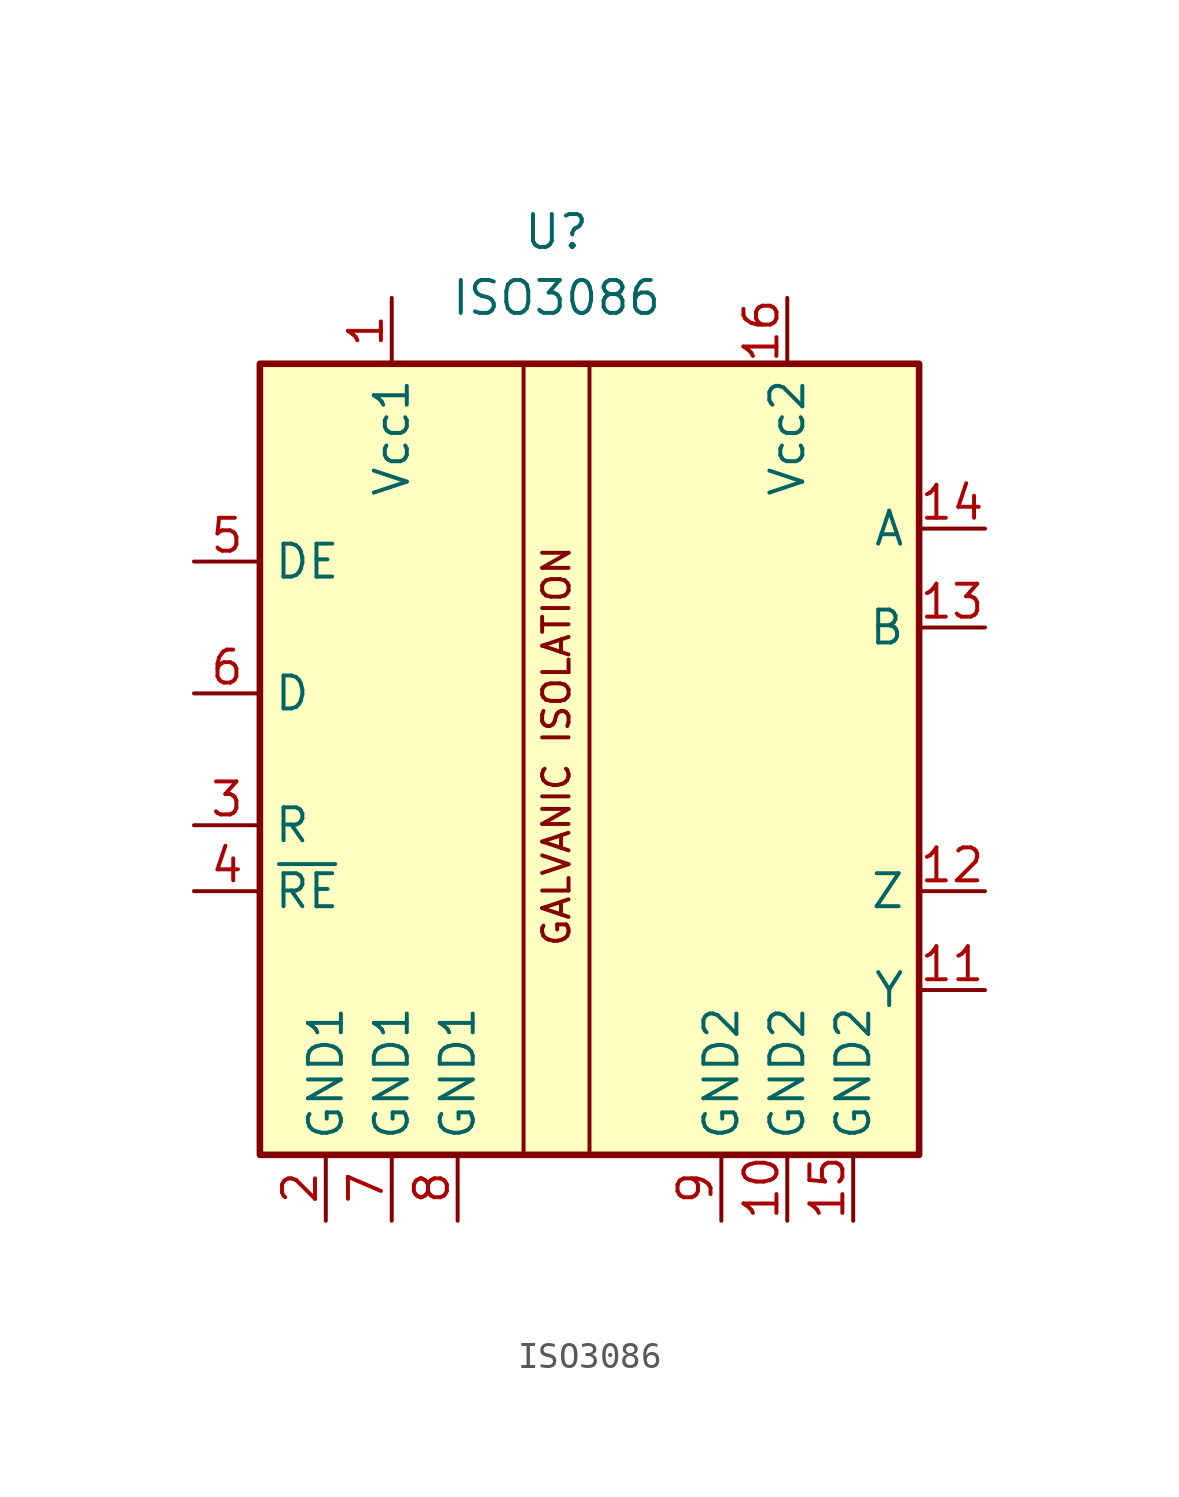
<source format=kicad_sym>
(kicad_symbol_lib
  (version 20211014)
  (generator kicad_symbol_editor)
  (symbol "ISO3086"
    (property "Reference" "U"
      (at 0 20.32 0)
      (effects (font (size 1.27 1.27))))
    (property "Value" "ISO3086"
      (at 0 17.78 0)
      (effects (font (size 1.27 1.27))))
    (symbol "ISO3086_0_0"
      (rectangle (start -11.43 15.24) (end 13.97 -15.24) (stroke (width 0.254) (type default) (color 0 0 0 0)) (fill (type background)))
      (polyline (pts (xy -1.27 15.24) (xy -1.27 -15.24)) (stroke (width 0) (type default) (color 0 0 0 0)) (fill (type none)))
      (polyline (pts (xy 1.27 15.24) (xy 1.27 -15.24)) (stroke (width 0) (type default) (color 0 0 0 0)) (fill (type none)))
      (text "GALVANIC ISOLATION" (at 0 0.508 900) (effects (font (size 1.016 1.016)))))
    (symbol "ISO3086_1_1"
      (pin power_in line (at -6.35 17.78 270) (length 2.54) (name "Vcc1" (effects (font (size 1.27 1.27)))) (number "1" (effects (font (size 1.27 1.27)))))
      (pin power_in line (at 8.89 -17.78 90) (length 2.54) (name "GND2" (effects (font (size 1.27 1.27)))) (number "10" (effects (font (size 1.27 1.27)))))
      (pin bidirectional line (at 16.51 -8.89 180) (length 2.54) (name "Y" (effects (font (size 1.27 1.27)))) (number "11" (effects (font (size 1.27 1.27)))))
      (pin bidirectional line (at 16.51 -5.08 180) (length 2.54) (name "Z" (effects (font (size 1.27 1.27)))) (number "12" (effects (font (size 1.27 1.27)))))
      (pin bidirectional line (at 16.51 5.08 180) (length 2.54) (name "B" (effects (font (size 1.27 1.27)))) (number "13" (effects (font (size 1.27 1.27)))))
      (pin bidirectional line (at 16.51 8.89 180) (length 2.54) (name "A" (effects (font (size 1.27 1.27)))) (number "14" (effects (font (size 1.27 1.27)))))
      (pin power_in line (at 11.43 -17.78 90) (length 2.54) (name "GND2" (effects (font (size 1.27 1.27)))) (number "15" (effects (font (size 1.27 1.27)))))
      (pin power_in line (at 8.89 17.78 270) (length 2.54) (name "Vcc2" (effects (font (size 1.27 1.27)))) (number "16" (effects (font (size 1.27 1.27)))))
      (pin power_in line (at -8.89 -17.78 90) (length 2.54) (name "GND1" (effects (font (size 1.27 1.27)))) (number "2" (effects (font (size 1.27 1.27)))))
      (pin output line (at -13.97 -2.54 0) (length 2.54) (name "R" (effects (font (size 1.27 1.27)))) (number "3" (effects (font (size 1.27 1.27)))))
      (pin input line (at -13.97 -5.08 0) (length 2.54) (name "~{RE}" (effects (font (size 1.27 1.27)))) (number "4" (effects (font (size 1.27 1.27)))))
      (pin input line (at -13.97 7.62 0) (length 2.54) (name "DE" (effects (font (size 1.27 1.27)))) (number "5" (effects (font (size 1.27 1.27)))))
      (pin input line (at -13.97 2.54 0) (length 2.54) (name "D" (effects (font (size 1.27 1.27)))) (number "6" (effects (font (size 1.27 1.27)))))
      (pin power_in line (at -6.35 -17.78 90) (length 2.54) (name "GND1" (effects (font (size 1.27 1.27)))) (number "7" (effects (font (size 1.27 1.27)))))
      (pin power_in line (at -3.81 -17.78 90) (length 2.54) (name "GND1" (effects (font (size 1.27 1.27)))) (number "8" (effects (font (size 1.27 1.27)))))
      (pin power_in line (at 6.35 -17.78 90) (length 2.54) (name "GND2" (effects (font (size 1.27 1.27)))) (number "9" (effects (font (size 1.27 1.27))))))))
</source>
